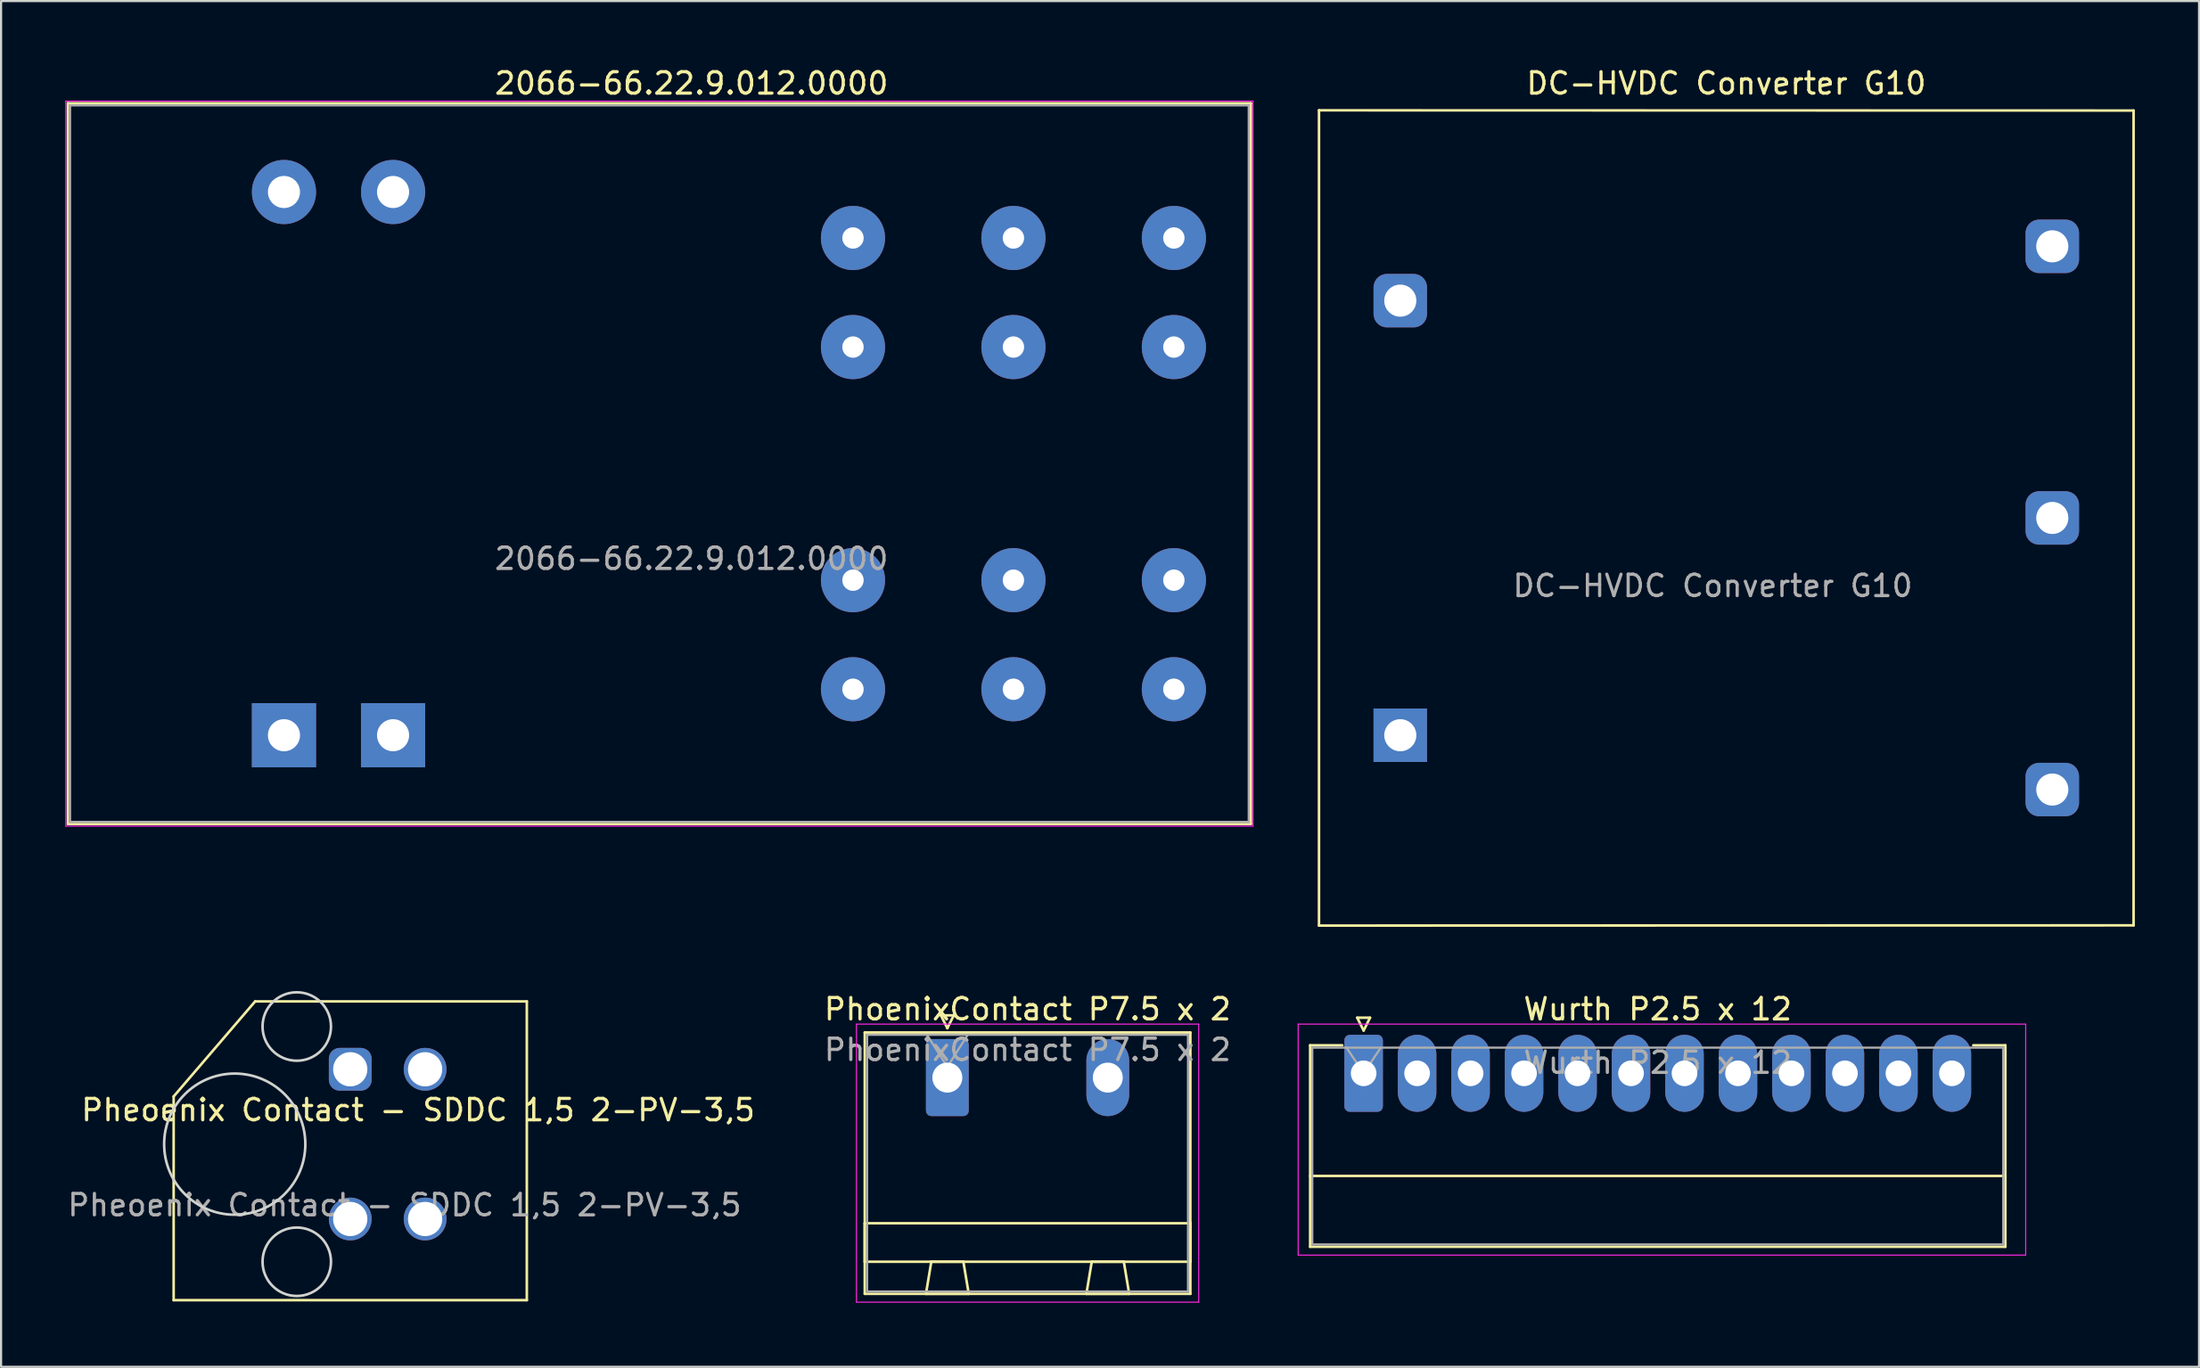
<source format=kicad_pcb>
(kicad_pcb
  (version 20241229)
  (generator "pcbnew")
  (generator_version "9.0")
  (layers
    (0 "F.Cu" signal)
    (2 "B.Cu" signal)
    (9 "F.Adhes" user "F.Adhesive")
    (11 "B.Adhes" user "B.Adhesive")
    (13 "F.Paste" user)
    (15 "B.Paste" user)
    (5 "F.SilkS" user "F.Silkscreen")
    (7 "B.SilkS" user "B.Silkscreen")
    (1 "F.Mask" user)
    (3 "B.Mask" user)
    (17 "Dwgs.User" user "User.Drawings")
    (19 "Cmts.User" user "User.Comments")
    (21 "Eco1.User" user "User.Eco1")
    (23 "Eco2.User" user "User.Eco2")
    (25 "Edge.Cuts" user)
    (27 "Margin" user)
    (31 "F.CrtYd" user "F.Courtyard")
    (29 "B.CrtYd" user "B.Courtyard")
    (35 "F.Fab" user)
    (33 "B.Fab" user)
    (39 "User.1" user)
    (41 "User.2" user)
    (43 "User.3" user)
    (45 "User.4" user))
  (footprint "PhoenixContact P7.5 x 2"
    (layer "F.Cu")
    (at 41.236 47.337)
    (property "Reference" "PhoenixContact P7.5 x 2" (at 3.75 -3.2 0) (layer "F.SilkS") (effects (font (size 1 1) (thickness 0.15))))
    (attr through_hole)
    (fp_line (start -3.86 -2.11) (end -3.86 10.11) (stroke (width 0.12) (type solid)) (layer "F.SilkS"))
    (fp_line (start -3.86 6.81) (end 11.36 6.81) (stroke (width 0.12) (type solid)) (layer "F.SilkS"))
    (fp_line (start -3.86 8.61) (end -3.86 6.81) (stroke (width 0.12) (type solid)) (layer "F.SilkS"))
    (fp_line (start -3.86 10.11) (end 11.36 10.11) (stroke (width 0.12) (type solid)) (layer "F.SilkS"))
    (fp_line (start -1 10.11) (end 1 10.11) (stroke (width 0.12) (type solid)) (layer "F.SilkS"))
    (fp_line (start -0.75 8.61) (end -1 10.11) (stroke (width 0.12) (type solid)) (layer "F.SilkS"))
    (fp_line (start -0.3 -2.91) (end 0.3 -2.91) (stroke (width 0.12) (type solid)) (layer "F.SilkS"))
    (fp_line (start 0 -2.31) (end -0.3 -2.91) (stroke (width 0.12) (type solid)) (layer "F.SilkS"))
    (fp_line (start 0.3 -2.91) (end 0 -2.31) (stroke (width 0.12) (type solid)) (layer "F.SilkS"))
    (fp_line (start 0.75 8.61) (end -0.75 8.61) (stroke (width 0.12) (type solid)) (layer "F.SilkS"))
    (fp_line (start 1 10.11) (end 0.75 8.61) (stroke (width 0.12) (type solid)) (layer "F.SilkS"))
    (fp_line (start 6.5 10.11) (end 8.5 10.11) (stroke (width 0.12) (type solid)) (layer "F.SilkS"))
    (fp_line (start 6.75 8.61) (end 6.5 10.11) (stroke (width 0.12) (type solid)) (layer "F.SilkS"))
    (fp_line (start 8.25 8.61) (end 6.75 8.61) (stroke (width 0.12) (type solid)) (layer "F.SilkS"))
    (fp_line (start 8.5 10.11) (end 8.25 8.61) (stroke (width 0.12) (type solid)) (layer "F.SilkS"))
    (fp_line (start 11.36 -2.11) (end -3.86 -2.11) (stroke (width 0.12) (type solid)) (layer "F.SilkS"))
    (fp_line (start 11.36 6.81) (end 11.36 8.61) (stroke (width 0.12) (type solid)) (layer "F.SilkS"))
    (fp_line (start 11.36 8.61) (end -3.86 8.61) (stroke (width 0.12) (type solid)) (layer "F.SilkS"))
    (fp_line (start 11.36 10.11) (end 11.36 -2.11) (stroke (width 0.12) (type solid)) (layer "F.SilkS"))
    (fp_line (start -4.25 -2.5) (end -4.25 10.5) (stroke (width 0.05) (type solid)) (layer "F.CrtYd"))
    (fp_line (start -4.25 10.5) (end 11.75 10.5) (stroke (width 0.05) (type solid)) (layer "F.CrtYd"))
    (fp_line (start 11.75 -2.5) (end -4.25 -2.5) (stroke (width 0.05) (type solid)) (layer "F.CrtYd"))
    (fp_line (start 11.75 10.5) (end 11.75 -2.5) (stroke (width 0.05) (type solid)) (layer "F.CrtYd"))
    (fp_line (start -3.75 -2) (end -3.75 10) (stroke (width 0.1) (type solid)) (layer "F.Fab"))
    (fp_line (start -3.75 10) (end 11.25 10) (stroke (width 0.1) (type solid)) (layer "F.Fab"))
    (fp_line (start 0 -0.5) (end -0.95 -2) (stroke (width 0.1) (type solid)) (layer "F.Fab"))
    (fp_line (start 0.95 -2) (end 0 -0.5) (stroke (width 0.1) (type solid)) (layer "F.Fab"))
    (fp_line (start 11.25 -2) (end -3.75 -2) (stroke (width 0.1) (type solid)) (layer "F.Fab"))
    (fp_line (start 11.25 10) (end 11.25 -2) (stroke (width 0.1) (type solid)) (layer "F.Fab"))
    (fp_text user "${REFERENCE}" (at 3.75 -1.3 0) (layer "F.Fab") (effects (font (size 1 1) (thickness 0.15))))
    (pad "1" thru_hole roundrect (at 0 0) (size 2 3.6) (drill 1.4) (layers "*.Cu" "*.Mask") (roundrect_rratio 0.125))
    (pad "2" thru_hole oval (at 7.5 0) (size 2 3.6) (drill 1.4) (layers "*.Cu" "*.Mask")))
  (footprint "Wurth P2.5 x 12"
    (layer "F.Cu")
    (at 60.696 47.136)
    (property "Reference" "Wurth P2.5 x 12" (at 13.75 -3 0) (layer "F.SilkS") (effects (font (size 1 1) (thickness 0.15))))
    (attr through_hole)
    (fp_line (start -2.5 -1.31) (end -2.5 8.11) (stroke (width 0.12) (type solid)) (layer "F.SilkS"))
    (fp_line (start -2.5 -1.31) (end -1 -1.31) (stroke (width 0.12) (type solid)) (layer "F.SilkS"))
    (fp_line (start -2.5 4.8) (end 29.9 4.8) (stroke (width 0.12) (type solid)) (layer "F.SilkS"))
    (fp_line (start -2.5 8.11) (end 30 8.11) (stroke (width 0.12) (type solid)) (layer "F.SilkS"))
    (fp_line (start -0.3 -2.6) (end 0.3 -2.6) (stroke (width 0.12) (type solid)) (layer "F.SilkS"))
    (fp_line (start 0 -2) (end -0.3 -2.6) (stroke (width 0.12) (type solid)) (layer "F.SilkS"))
    (fp_line (start 0.3 -2.6) (end 0 -2) (stroke (width 0.12) (type solid)) (layer "F.SilkS"))
    (fp_line (start 30 -1.31) (end 28.5 -1.31) (stroke (width 0.12) (type solid)) (layer "F.SilkS"))
    (fp_line (start 30 8.11) (end 30 -1.31) (stroke (width 0.12) (type solid)) (layer "F.SilkS"))
    (fp_line (start -3.06 -2.3) (end -3.06 8.5) (stroke (width 0.05) (type solid)) (layer "F.CrtYd"))
    (fp_line (start -3.06 8.5) (end 30.95 8.5) (stroke (width 0.05) (type solid)) (layer "F.CrtYd"))
    (fp_line (start 30.95 -2.3) (end -3.06 -2.3) (stroke (width 0.05) (type solid)) (layer "F.CrtYd"))
    (fp_line (start 30.95 8.5) (end 30.95 -2.3) (stroke (width 0.05) (type solid)) (layer "F.CrtYd"))
    (fp_line (start -2.4 -1.2) (end -2.4 8) (stroke (width 0.1) (type solid)) (layer "F.Fab"))
    (fp_line (start -2.4 8) (end 29.9 8) (stroke (width 0.1) (type solid)) (layer "F.Fab"))
    (fp_line (start 0 0) (end -0.8 -1.2) (stroke (width 0.1) (type solid)) (layer "F.Fab"))
    (fp_line (start 0.8 -1.2) (end 0 0) (stroke (width 0.1) (type solid)) (layer "F.Fab"))
    (fp_line (start 29.9 -1.2) (end -2.4 -1.2) (stroke (width 0.1) (type solid)) (layer "F.Fab"))
    (fp_line (start 29.9 8) (end 29.9 -1.2) (stroke (width 0.1) (type solid)) (layer "F.Fab"))
    (fp_text user "${REFERENCE}" (at 13.75 -0.5 0) (layer "F.Fab") (effects (font (size 1 1) (thickness 0.15))))
    (pad "1" thru_hole roundrect (at 0 0) (size 1.8 3.6) (drill 1.2) (layers "*.Cu" "*.Mask") (roundrect_rratio 0.139))
    (pad "2" thru_hole oval (at 2.5 0) (size 1.8 3.6) (drill 1.2) (layers "*.Cu" "*.Mask"))
    (pad "3" thru_hole oval (at 5 0) (size 1.8 3.6) (drill 1.2) (layers "*.Cu" "*.Mask"))
    (pad "4" thru_hole oval (at 7.5 0) (size 1.8 3.6) (drill 1.2) (layers "*.Cu" "*.Mask"))
    (pad "5" thru_hole oval (at 10 0) (size 1.8 3.6) (drill 1.2) (layers "*.Cu" "*.Mask"))
    (pad "6" thru_hole oval (at 12.5 0) (size 1.8 3.6) (drill 1.2) (layers "*.Cu" "*.Mask"))
    (pad "7" thru_hole oval (at 15 0) (size 1.8 3.6) (drill 1.2) (layers "*.Cu" "*.Mask"))
    (pad "8" thru_hole oval (at 17.5 0) (size 1.8 3.6) (drill 1.2) (layers "*.Cu" "*.Mask"))
    (pad "9" thru_hole oval (at 20 0) (size 1.8 3.6) (drill 1.2) (layers "*.Cu" "*.Mask"))
    (pad "10" thru_hole oval (at 22.5 0) (size 1.8 3.6) (drill 1.2) (layers "*.Cu" "*.Mask"))
    (pad "11" thru_hole oval (at 25 0) (size 1.8 3.6) (drill 1.2) (layers "*.Cu" "*.Mask"))
    (pad "12" thru_hole oval (at 27.5 0) (size 1.8 3.6) (drill 1.2) (layers "*.Cu" "*.Mask")))
  (footprint "DC-HVDC Converter G10"
    (layer "F.Cu")
    (at 62.41 31.328)
    (property "Reference" "DC-HVDC Converter G10" (at 15.24 -30.48 180) (layer "F.SilkS") (effects (font (size 1 1) (thickness 0.15))))
    (attr through_hole)
    (fp_line (start -3.8 -29.22) (end -3.8 8.9) (stroke (width 0.12) (type solid)) (layer "F.SilkS"))
    (fp_line (start -3.8 8.9) (end 34.28 8.89) (stroke (width 0.12) (type solid)) (layer "F.SilkS"))
    (fp_line (start 34.28 -29.21) (end -3.8 -29.22) (stroke (width 0.12) (type solid)) (layer "F.SilkS"))
    (fp_line (start 34.28 8.89) (end 34.28 -29.21) (stroke (width 0.12) (type solid)) (layer "F.SilkS"))
    (fp_text user "${REFERENCE}" (at 14.605 -6.985 180) (layer "F.Fab") (effects (font (size 1 1) (thickness 0.15))))
    (pad "1" thru_hole rect (at 0 0 90) (size 2.5 2.5) (drill 1.5) (layers "*.Cu" "*.Mask"))
    (pad "2" thru_hole roundrect (at 0 -20.32 90) (size 2.5 2.5) (drill 1.5) (layers "*.Cu" "*.Mask") (roundrect_rratio 0.25))
    (pad "3" thru_hole roundrect (at 30.48 2.54 90) (size 2.5 2.5) (drill 1.5) (layers "*.Cu" "*.Mask") (roundrect_rratio 0.25))
    (pad "4" thru_hole roundrect (at 30.48 -22.86 90) (size 2.5 2.5) (drill 1.5) (layers "*.Cu" "*.Mask") (roundrect_rratio 0.25))
    (pad "5" thru_hole roundrect (at 30.48 -10.16 90) (size 2.5 2.5) (drill 1.5) (layers "*.Cu" "*.Mask") (roundrect_rratio 0.25)))
  (footprint "Pheoenix Contact - SDDC 1,5 2-PV-3,5"
    (layer "F.Cu")
    (at 13.323 46.948)
    (property "Reference" "Pheoenix Contact - SDDC 1,5 2-PV-3,5" (at 3.175 1.905 0) (unlocked yes) (layer "F.SilkS") (effects (font (size 1 1) (thickness 0.15))))
    (attr through_hole)
    (fp_line (start -8.255 1.27) (end -8.255 10.795) (stroke (width 0.12) (type solid)) (layer "F.SilkS"))
    (fp_line (start -8.255 10.795) (end 8.255 10.795) (stroke (width 0.12) (type solid)) (layer "F.SilkS"))
    (fp_line (start -4.445 -3.175) (end -8.255 1.27) (stroke (width 0.12) (type solid)) (layer "F.SilkS"))
    (fp_line (start 8.255 -3.175) (end -4.445 -3.175) (stroke (width 0.12) (type solid)) (layer "F.SilkS"))
    (fp_line (start 8.255 10.795) (end 8.255 -3.175) (stroke (width 0.12) (type solid)) (layer "F.SilkS"))
    (fp_circle (center -5.4 3.5) (end -2.1 3.5) (stroke (width 0.12) (type solid)) (fill no) (layer "Edge.Cuts"))
    (fp_circle (center -2.5 -2) (end -0.9 -2) (stroke (width 0.12) (type solid)) (fill no) (layer "Edge.Cuts"))
    (fp_circle (center -2.5 9) (end -0.9 9) (stroke (width 0.12) (type solid)) (fill no) (layer "Edge.Cuts"))
    (fp_text user "${REFERENCE}" (at 2.54 6.35 0) (unlocked yes) (layer "F.Fab") (effects (font (size 1 1) (thickness 0.15))))
    (pad "1" thru_hole roundrect (at 0 0) (size 2 2) (drill 1.6) (layers "*.Cu" "*.Mask") (roundrect_rratio 0.25))
    (pad "2" thru_hole circle (at 0 7) (size 2 2) (drill 1.6) (layers "*.Cu" "*.Mask"))
    (pad "3" thru_hole circle (at 3.5 0) (size 2 2) (drill 1.6) (layers "*.Cu" "*.Mask"))
    (pad "4" thru_hole circle (at 3.5 7) (size 2 2) (drill 1.6) (layers "*.Cu" "*.Mask")))
  (footprint "2066-66.22.9.012.0000"
    (layer "F.Cu")
    (at 10.225 31.328)
    (property "Reference" "2066-66.22.9.012.0000" (at 19.05 -30.48 180) (layer "F.SilkS") (effects (font (size 1 1) (thickness 0.15))))
    (attr through_hole)
    (fp_line (start -10.1 -29.55) (end -10.1 4.15) (stroke (width 0.12) (type solid)) (layer "F.SilkS"))
    (fp_line (start -10.1 4.15) (end 45.2 4.15) (stroke (width 0.12) (type solid)) (layer "F.SilkS"))
    (fp_line (start 45.2 -29.55) (end -10.1 -29.55) (stroke (width 0.12) (type solid)) (layer "F.SilkS"))
    (fp_line (start 45.2 4.15) (end 45.2 -29.55) (stroke (width 0.12) (type solid)) (layer "F.SilkS"))
    (fp_line (start -10.2 -29.65) (end -10.2 4.25) (stroke (width 0.05) (type solid)) (layer "F.CrtYd"))
    (fp_line (start -10.2 4.25) (end 45.3 4.25) (stroke (width 0.05) (type solid)) (layer "F.CrtYd"))
    (fp_line (start 45.3 -29.65) (end -10.2 -29.65) (stroke (width 0.05) (type solid)) (layer "F.CrtYd"))
    (fp_line (start 45.3 4.25) (end 45.3 -29.65) (stroke (width 0.05) (type solid)) (layer "F.CrtYd"))
    (fp_line (start -10 -29.45) (end -10 4.05) (stroke (width 0.1) (type solid)) (layer "F.Fab"))
    (fp_line (start -10 4.05) (end 45.1 4.05) (stroke (width 0.1) (type solid)) (layer "F.Fab"))
    (fp_line (start 45.1 -29.45) (end -10 -29.45) (stroke (width 0.1) (type solid)) (layer "F.Fab"))
    (fp_line (start 45.1 4.05) (end 45.1 -29.45) (stroke (width 0.1) (type solid)) (layer "F.Fab"))
    (fp_text user "${REFERENCE}" (at 19.05 -8.255 180) (layer "F.Fab") (effects (font (size 1 1) (thickness 0.15))))
    (pad "1" thru_hole rect (at 0 0 90) (size 3 3) (drill 1.5) (layers "*.Cu" "*.Mask"))
    (pad "1" thru_hole rect (at 5.1 0 90) (size 3 3) (drill 1.5) (layers "*.Cu" "*.Mask"))
    (pad "2" thru_hole circle (at 26.6 -7.25 90) (size 3 3) (drill 1) (layers "*.Cu" "*.Mask"))
    (pad "2" thru_hole circle (at 26.6 -2.15 90) (size 3 3) (drill 1) (layers "*.Cu" "*.Mask"))
    (pad "3" thru_hole circle (at 34.1 -7.25 90) (size 3 3) (drill 1) (layers "*.Cu" "*.Mask"))
    (pad "3" thru_hole circle (at 34.1 -2.15 90) (size 3 3) (drill 1) (layers "*.Cu" "*.Mask"))
    (pad "4" thru_hole circle (at 41.6 -7.25 90) (size 3 3) (drill 1) (layers "*.Cu" "*.Mask"))
    (pad "4" thru_hole circle (at 41.6 -2.15 90) (size 3 3) (drill 1) (layers "*.Cu" "*.Mask"))
    (pad "5" thru_hole circle (at 41.6 -23.25 90) (size 3 3) (drill 1) (layers "*.Cu" "*.Mask"))
    (pad "5" thru_hole circle (at 41.6 -18.15 90) (size 3 3) (drill 1) (layers "*.Cu" "*.Mask"))
    (pad "6" thru_hole circle (at 34.1 -23.25 90) (size 3 3) (drill 1) (layers "*.Cu" "*.Mask"))
    (pad "6" thru_hole circle (at 34.1 -18.15 90) (size 3 3) (drill 1) (layers "*.Cu" "*.Mask"))
    (pad "7" thru_hole circle (at 26.6 -23.25 90) (size 3 3) (drill 1) (layers "*.Cu" "*.Mask"))
    (pad "7" thru_hole circle (at 26.6 -18.15 90) (size 3 3) (drill 1) (layers "*.Cu" "*.Mask"))
    (pad "8" thru_hole circle (at 0 -25.4 90) (size 3 3) (drill 1.5) (layers "*.Cu" "*.Mask"))
    (pad "8" thru_hole circle (at 5.1 -25.4 90) (size 3 3) (drill 1.5) (layers "*.Cu" "*.Mask")))
  (gr_rect
    (start -3 -3)
    (end 99.75 60.861)
    (stroke (width 0.1) (type default))
    (fill no)
    (layer "Edge.Cuts")))
</source>
